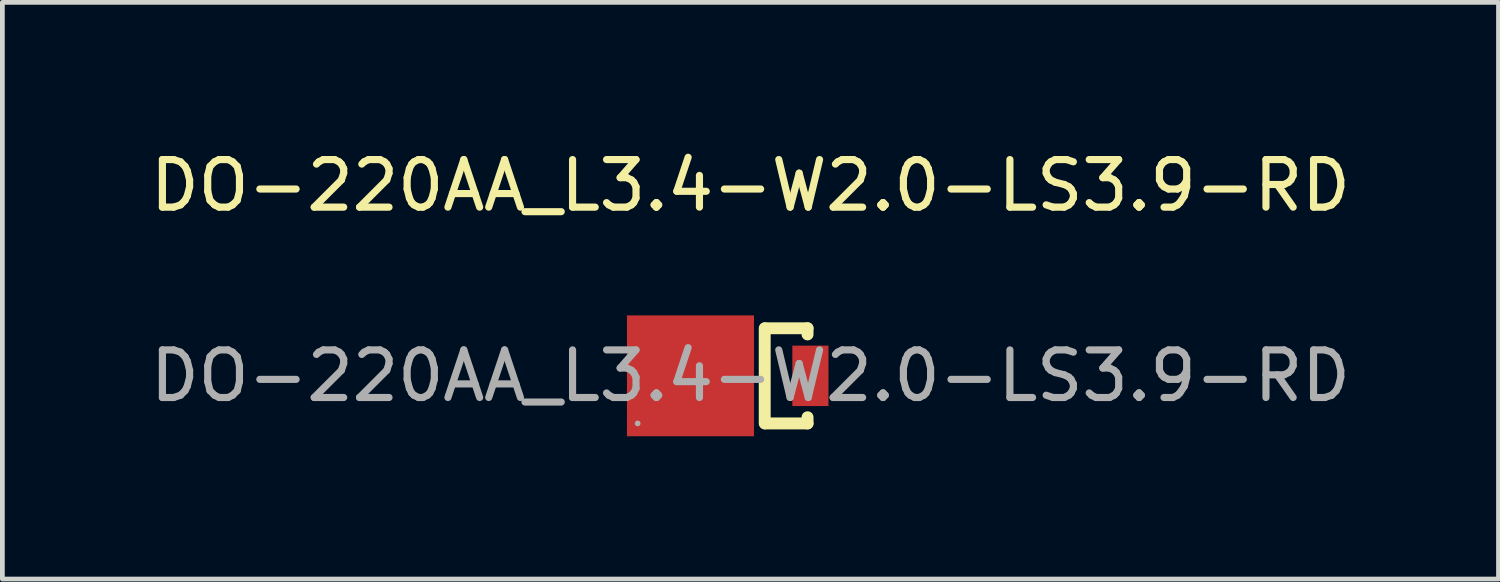
<source format=kicad_pcb>
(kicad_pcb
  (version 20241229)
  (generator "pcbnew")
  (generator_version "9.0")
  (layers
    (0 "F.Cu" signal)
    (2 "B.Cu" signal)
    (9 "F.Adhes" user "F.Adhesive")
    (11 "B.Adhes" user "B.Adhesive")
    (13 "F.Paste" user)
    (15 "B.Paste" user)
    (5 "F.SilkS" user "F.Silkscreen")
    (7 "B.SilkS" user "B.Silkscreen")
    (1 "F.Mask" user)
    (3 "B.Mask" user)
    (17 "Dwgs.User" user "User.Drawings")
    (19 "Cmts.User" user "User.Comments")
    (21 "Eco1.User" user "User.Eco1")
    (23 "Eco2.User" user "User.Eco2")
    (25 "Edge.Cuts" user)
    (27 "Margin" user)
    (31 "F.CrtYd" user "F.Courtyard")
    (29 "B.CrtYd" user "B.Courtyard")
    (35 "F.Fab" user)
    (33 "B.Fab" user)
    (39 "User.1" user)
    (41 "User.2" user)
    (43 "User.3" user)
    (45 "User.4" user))
  (footprint "DO-220AA_L3.4-W2.0-LS3.9-RD"
    (layer "F.Cu")
    (at 12.72 4.848)
    (property "Reference" "DO-220AA_L3.4-W2.0-LS3.9-RD" (at 0 -4 0) (layer "F.SilkS") (effects (font (size 1 1) (thickness 0.15))))
    (attr smd)
    (fp_line (start 0.3 -1) (end 0.3 1) (stroke (width 0.25) (type solid)) (layer "F.SilkS"))
    (fp_line (start 1.2 -1) (end 0.31 -1) (stroke (width 0.25) (type solid)) (layer "F.SilkS"))
    (fp_line (start 1.2 -1) (end 1.2 -0.87) (stroke (width 0.25) (type solid)) (layer "F.SilkS"))
    (fp_line (start 1.2 1) (end 0.31 1) (stroke (width 0.25) (type solid)) (layer "F.SilkS"))
    (fp_line (start 1.2 1) (end 1.2 0.87) (stroke (width 0.25) (type solid)) (layer "F.SilkS"))
    (fp_circle (center -2.37 1) (end -2.34 1) (stroke (width 0.06) (type solid)) (fill no) (layer "F.Fab"))
    (fp_text user "${REFERENCE}" (at 0 0 0) (layer "F.Fab") (effects (font (size 1 1) (thickness 0.15))))
    (pad "1" smd rect (at -1.26 0) (size 2.67 2.54) (layers "F.Cu" "F.Mask" "F.Paste"))
    (pad "2" smd rect (at 1.26 0) (size 0.76 1.27) (layers "F.Cu" "F.Mask" "F.Paste")))
  (gr_rect
    (start -3 -3)
    (end 28.44 9.118)
    (stroke (width 0.1) (type default))
    (fill no)
    (layer "Edge.Cuts")))
</source>
